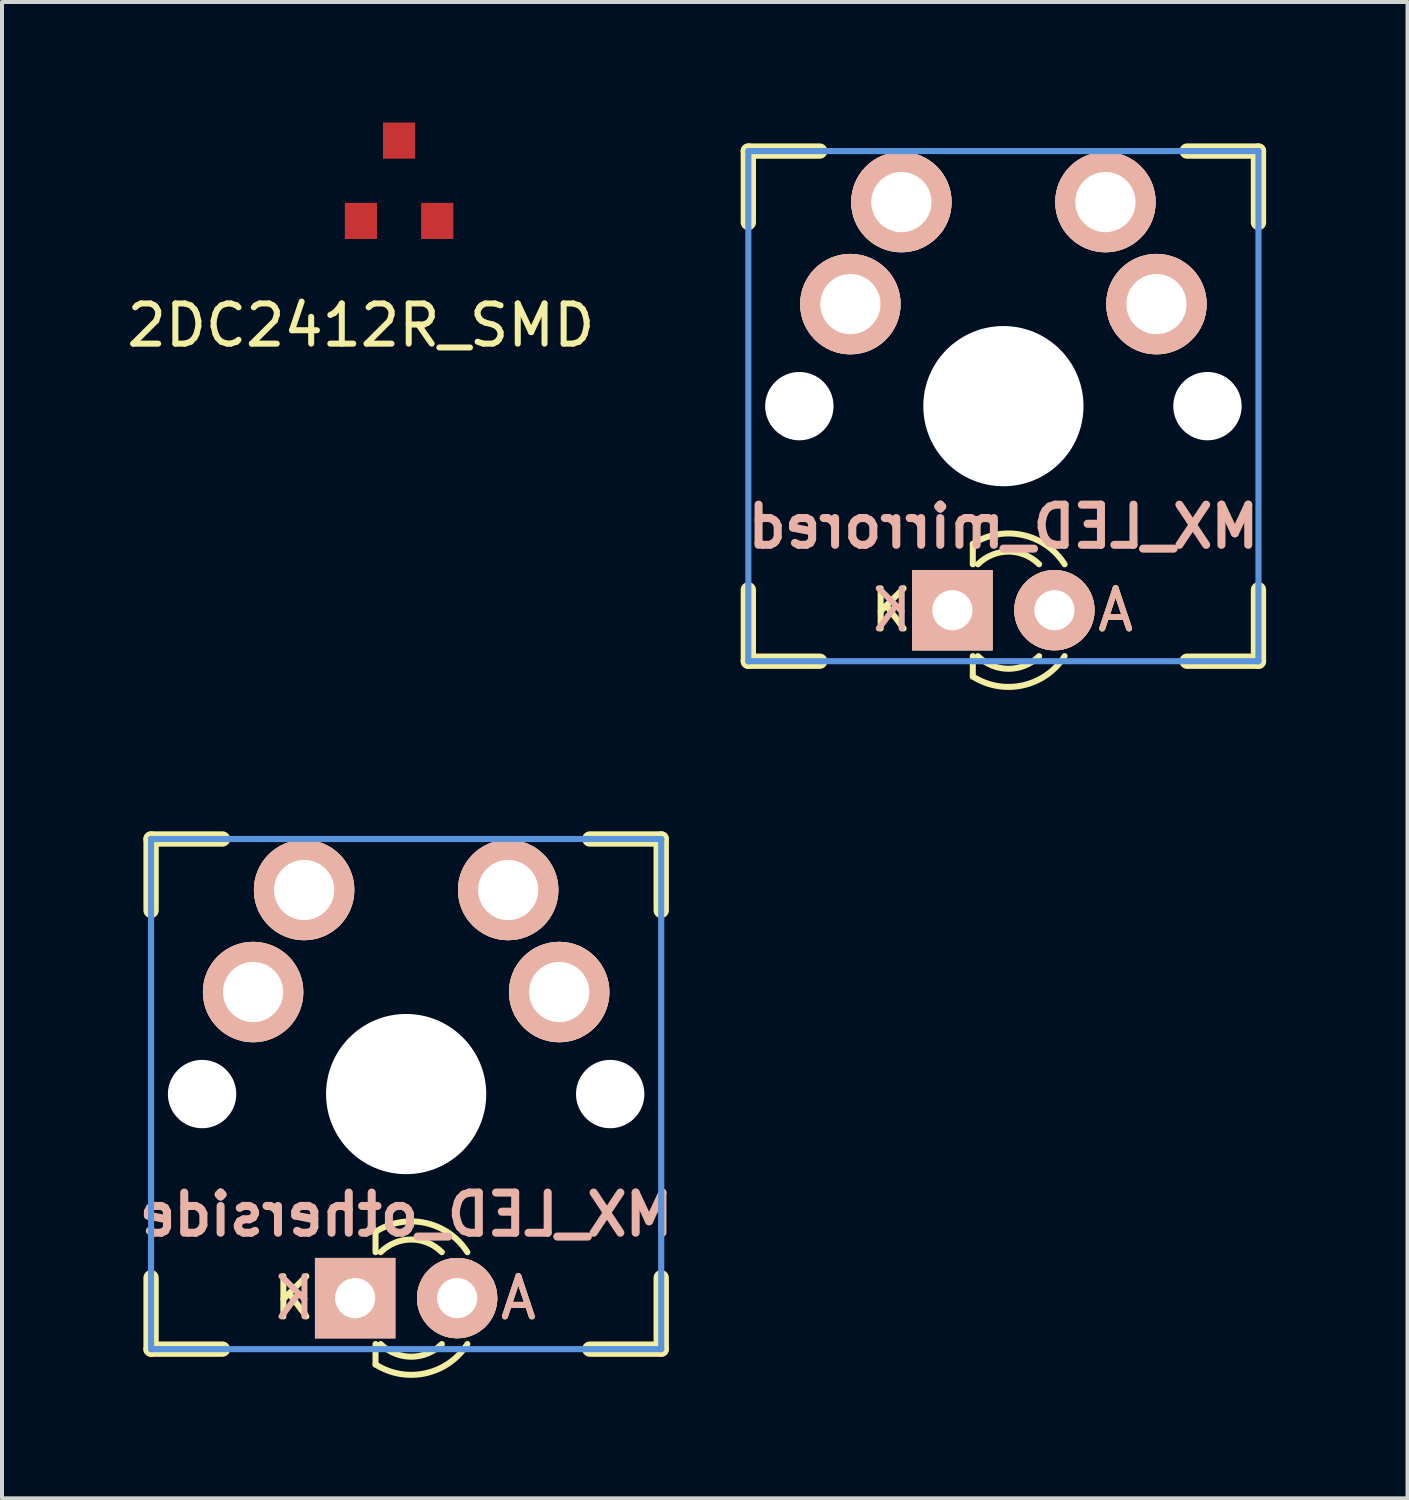
<source format=kicad_pcb>
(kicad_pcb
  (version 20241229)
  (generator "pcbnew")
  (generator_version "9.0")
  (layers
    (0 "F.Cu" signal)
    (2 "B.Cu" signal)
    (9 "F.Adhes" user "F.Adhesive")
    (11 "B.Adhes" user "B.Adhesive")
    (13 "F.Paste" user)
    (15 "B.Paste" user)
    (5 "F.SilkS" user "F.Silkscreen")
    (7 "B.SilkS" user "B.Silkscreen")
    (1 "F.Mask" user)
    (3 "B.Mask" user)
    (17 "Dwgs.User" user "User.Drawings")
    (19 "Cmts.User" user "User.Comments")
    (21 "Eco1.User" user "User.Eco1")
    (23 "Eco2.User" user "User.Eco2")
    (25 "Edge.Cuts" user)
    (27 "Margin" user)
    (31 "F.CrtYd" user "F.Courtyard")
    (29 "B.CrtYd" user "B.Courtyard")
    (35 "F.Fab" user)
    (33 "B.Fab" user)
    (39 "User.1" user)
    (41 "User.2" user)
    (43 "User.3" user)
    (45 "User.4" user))
  (footprint "2DC2412R_SMD"
    (layer "F.Cu")
    (at 5.935 2.45)
    (property "Reference" "2DC2412R_SMD" (at 0 2.6 0) (layer "F.SilkS") (effects (font (size 1 1) (thickness 0.15))))
    (attr through_hole)
    (pad "1" smd rect (at 1.9 0) (size 0.8 0.9) (layers "F.Cu" "F.Mask" "F.Paste"))
    (pad "2" smd rect (at 0 0) (size 0.8 0.9) (layers "F.Cu" "F.Mask" "F.Paste"))
    (pad "3" smd rect (at 0.95 -2) (size 0.8 0.9) (layers "F.Cu" "F.Mask" "F.Paste")))
  (footprint "MX_LED_mirrored"
    (layer "F.Cu")
    (at 21.93 7.061)
    (property "Reference" "MX_LED_mirrored" (at 0 3 180) (layer "B.SilkS") (effects (font (size 1 1) (thickness 0.2)) (justify mirror)))
    (attr through_hole)
    (fp_line (start -6.35 -6.35) (end -4.572 -6.35) (stroke (width 0.381) (type solid)) (layer "F.SilkS"))
    (fp_line (start -6.35 -4.572) (end -6.35 -6.35) (stroke (width 0.381) (type solid)) (layer "F.SilkS"))
    (fp_line (start -6.35 6.35) (end -6.35 4.572) (stroke (width 0.381) (type solid)) (layer "F.SilkS"))
    (fp_line (start -4.572 6.35) (end -6.35 6.35) (stroke (width 0.381) (type solid)) (layer "F.SilkS"))
    (fp_line (start -0.762 3.429) (end -0.762 3.937) (stroke (width 0.15) (type solid)) (layer "F.SilkS"))
    (fp_line (start -0.762 6.35) (end -0.762 6.223) (stroke (width 0.15) (type solid)) (layer "F.SilkS"))
    (fp_line (start -0.762 6.731) (end -0.762 6.35) (stroke (width 0.15) (type solid)) (layer "F.SilkS"))
    (fp_line (start 4.572 -6.35) (end 6.35 -6.35) (stroke (width 0.381) (type solid)) (layer "F.SilkS"))
    (fp_line (start 6.35 -6.35) (end 6.35 -4.572) (stroke (width 0.381) (type solid)) (layer "F.SilkS"))
    (fp_line (start 6.35 4.572) (end 6.35 6.35) (stroke (width 0.381) (type solid)) (layer "F.SilkS"))
    (fp_line (start 6.35 6.35) (end 4.572 6.35) (stroke (width 0.381) (type solid)) (layer "F.SilkS"))
    (fp_arc (start -0.762 3.429) (mid 0.48621 3.209554) (end 1.524 3.937) (stroke (width 0.15) (type solid)) (layer "F.SilkS"))
    (fp_arc (start -0.635 3.937) (mid 0.127 3.621369) (end 0.889 3.937) (stroke (width 0.15) (type solid)) (layer "F.SilkS"))
    (fp_arc (start 0.889 6.223) (mid 0.127 6.538631) (end -0.635 6.223) (stroke (width 0.15) (type solid)) (layer "F.SilkS"))
    (fp_arc (start 1.524 6.223) (mid 0.48621 6.950446) (end -0.762 6.731) (stroke (width 0.15) (type solid)) (layer "F.SilkS"))
    (fp_line (start -6.35 -6.35) (end 6.35 -6.35) (stroke (width 0.152) (type solid)) (layer "Cmts.User"))
    (fp_line (start -6.35 6.35) (end -6.35 -6.35) (stroke (width 0.152) (type solid)) (layer "Cmts.User"))
    (fp_line (start 6.35 -6.35) (end 6.35 6.35) (stroke (width 0.152) (type solid)) (layer "Cmts.User"))
    (fp_line (start 6.35 6.35) (end -6.35 6.35) (stroke (width 0.152) (type solid)) (layer "Cmts.User"))
    (fp_line (start -6.985 -6.985) (end 6.985 -6.985) (stroke (width 0.152) (type solid)) (layer "Eco2.User"))
    (fp_line (start -6.985 6.985) (end -6.985 -6.985) (stroke (width 0.152) (type solid)) (layer "Eco2.User"))
    (fp_line (start 6.985 -6.985) (end 6.985 6.985) (stroke (width 0.152) (type solid)) (layer "Eco2.User"))
    (fp_line (start 6.985 6.985) (end -6.985 6.985) (stroke (width 0.152) (type solid)) (layer "Eco2.User"))
    (fp_text user "K" (at -2.794 5.08 180) (layer "F.SilkS") (effects (font (size 1 1) (thickness 0.15))))
    (fp_text user "A" (at 2.794 5.08 180) (layer "F.SilkS") (effects (font (size 1 1) (thickness 0.15))))
    (fp_text user "K" (at -2.794 5.08 180) (layer "B.SilkS") (effects (font (size 1 1) (thickness 0.15)) (justify mirror)))
    (fp_text user "A" (at 2.794 5.08 180) (layer "B.SilkS") (effects (font (size 1 1) (thickness 0.15)) (justify mirror)))
    (pad "" np_thru_hole circle (at -5.08 0 180) (size 1.702 1.702) (drill 1.702) (layers "*.Cu"))
    (pad "" np_thru_hole circle (at 0 0 180) (size 3.988 3.988) (drill 3.988) (layers "*.Cu"))
    (pad "" np_thru_hole circle (at 5.08 0 180) (size 1.702 1.702) (drill 1.702) (layers "*.Cu"))
    (pad "A" thru_hole circle (at 1.27 5.08 180) (size 2 2) (drill 1) (layers "*.Cu" "*.SilkS" "*.Mask"))
    (pad "K" thru_hole rect (at -1.27 5.08 180) (size 2 2) (drill 1) (layers "*.Cu" "*.SilkS" "*.Mask"))
    (pad "SW1" thru_hole circle (at 2.54 -5.08 180) (size 2.5 2.5) (drill 1.499) (layers "*.Cu" "*.SilkS" "*.Mask"))
    (pad "SW1" thru_hole circle (at 3.81 -2.54 180) (size 2.5 2.5) (drill 1.499) (layers "*.Cu" "*.SilkS" "*.Mask"))
    (pad "SW2" thru_hole circle (at -3.81 -2.54 180) (size 2.5 2.5) (drill 1.499) (layers "*.Cu" "*.SilkS" "*.Mask"))
    (pad "SW2" thru_hole circle (at -2.54 -5.08 180) (size 2.5 2.5) (drill 1.499) (layers "*.Cu" "*.SilkS" "*.Mask")))
  (footprint "MX_LED_otherside"
    (layer "F.Cu")
    (at 7.061 24.187)
    (property "Reference" "MX_LED_otherside" (at 0 3 180) (layer "B.SilkS") (effects (font (size 1 1) (thickness 0.2)) (justify mirror)))
    (attr through_hole)
    (fp_line (start -6.35 -6.35) (end -4.572 -6.35) (stroke (width 0.381) (type solid)) (layer "F.SilkS"))
    (fp_line (start -6.35 -4.572) (end -6.35 -6.35) (stroke (width 0.381) (type solid)) (layer "F.SilkS"))
    (fp_line (start -6.35 6.35) (end -6.35 4.572) (stroke (width 0.381) (type solid)) (layer "F.SilkS"))
    (fp_line (start -4.572 6.35) (end -6.35 6.35) (stroke (width 0.381) (type solid)) (layer "F.SilkS"))
    (fp_line (start -0.762 3.429) (end -0.762 3.937) (stroke (width 0.15) (type solid)) (layer "F.SilkS"))
    (fp_line (start -0.762 6.35) (end -0.762 6.223) (stroke (width 0.15) (type solid)) (layer "F.SilkS"))
    (fp_line (start -0.762 6.731) (end -0.762 6.35) (stroke (width 0.15) (type solid)) (layer "F.SilkS"))
    (fp_line (start 4.572 -6.35) (end 6.35 -6.35) (stroke (width 0.381) (type solid)) (layer "F.SilkS"))
    (fp_line (start 6.35 -6.35) (end 6.35 -4.572) (stroke (width 0.381) (type solid)) (layer "F.SilkS"))
    (fp_line (start 6.35 4.572) (end 6.35 6.35) (stroke (width 0.381) (type solid)) (layer "F.SilkS"))
    (fp_line (start 6.35 6.35) (end 4.572 6.35) (stroke (width 0.381) (type solid)) (layer "F.SilkS"))
    (fp_arc (start -0.762 3.429) (mid 0.48621 3.209554) (end 1.524 3.937) (stroke (width 0.15) (type solid)) (layer "F.SilkS"))
    (fp_arc (start -0.635 3.937) (mid 0.127 3.621369) (end 0.889 3.937) (stroke (width 0.15) (type solid)) (layer "F.SilkS"))
    (fp_arc (start 0.889 6.223) (mid 0.127 6.538631) (end -0.635 6.223) (stroke (width 0.15) (type solid)) (layer "F.SilkS"))
    (fp_arc (start 1.524 6.223) (mid 0.48621 6.950446) (end -0.762 6.731) (stroke (width 0.15) (type solid)) (layer "F.SilkS"))
    (fp_line (start -6.35 -6.35) (end 6.35 -6.35) (stroke (width 0.152) (type solid)) (layer "Cmts.User"))
    (fp_line (start -6.35 6.35) (end -6.35 -6.35) (stroke (width 0.152) (type solid)) (layer "Cmts.User"))
    (fp_line (start 6.35 -6.35) (end 6.35 6.35) (stroke (width 0.152) (type solid)) (layer "Cmts.User"))
    (fp_line (start 6.35 6.35) (end -6.35 6.35) (stroke (width 0.152) (type solid)) (layer "Cmts.User"))
    (fp_line (start -6.985 -6.985) (end 6.985 -6.985) (stroke (width 0.152) (type solid)) (layer "Eco2.User"))
    (fp_line (start -6.985 6.985) (end -6.985 -6.985) (stroke (width 0.152) (type solid)) (layer "Eco2.User"))
    (fp_line (start 6.985 -6.985) (end 6.985 6.985) (stroke (width 0.152) (type solid)) (layer "Eco2.User"))
    (fp_line (start 6.985 6.985) (end -6.985 6.985) (stroke (width 0.152) (type solid)) (layer "Eco2.User"))
    (fp_text user "K" (at -2.794 5.08 180) (layer "F.SilkS") (effects (font (size 1 1) (thickness 0.15))))
    (fp_text user "A" (at 2.794 5.08 180) (layer "F.SilkS") (effects (font (size 1 1) (thickness 0.15))))
    (fp_text user "K" (at -2.794 5.08 180) (layer "B.SilkS") (effects (font (size 1 1) (thickness 0.15)) (justify mirror)))
    (fp_text user "A" (at 2.794 5.08 180) (layer "B.SilkS") (effects (font (size 1 1) (thickness 0.15)) (justify mirror)))
    (pad "" np_thru_hole circle (at -5.08 0 180) (size 1.702 1.702) (drill 1.702) (layers "*.Cu"))
    (pad "" np_thru_hole circle (at 0 0 180) (size 3.988 3.988) (drill 3.988) (layers "*.Cu"))
    (pad "" np_thru_hole circle (at 5.08 0 180) (size 1.702 1.702) (drill 1.702) (layers "*.Cu"))
    (pad "A" thru_hole circle (at 1.27 5.08 180) (size 2 2) (drill 1) (layers "*.Cu" "*.SilkS" "*.Mask"))
    (pad "K" thru_hole rect (at -1.27 5.08 180) (size 2 2) (drill 1) (layers "*.Cu" "*.SilkS" "*.Mask"))
    (pad "SW1" thru_hole circle (at -3.81 -2.54 180) (size 2.5 2.5) (drill 1.499) (layers "*.Cu" "*.SilkS" "*.Mask"))
    (pad "SW1" thru_hole circle (at -2.54 -5.08 180) (size 2.5 2.5) (drill 1.499) (layers "*.Cu" "*.SilkS" "*.Mask"))
    (pad "SW2" thru_hole circle (at 2.54 -5.08 180) (size 2.5 2.5) (drill 1.499) (layers "*.Cu" "*.SilkS" "*.Mask"))
    (pad "SW2" thru_hole circle (at 3.81 -2.54 180) (size 2.5 2.5) (drill 1.499) (layers "*.Cu" "*.SilkS" "*.Mask")))
  (gr_rect
    (start -3 -3)
    (end 31.991 34.252)
    (stroke (width 0.1) (type default))
    (fill no)
    (layer "Edge.Cuts")))
</source>
